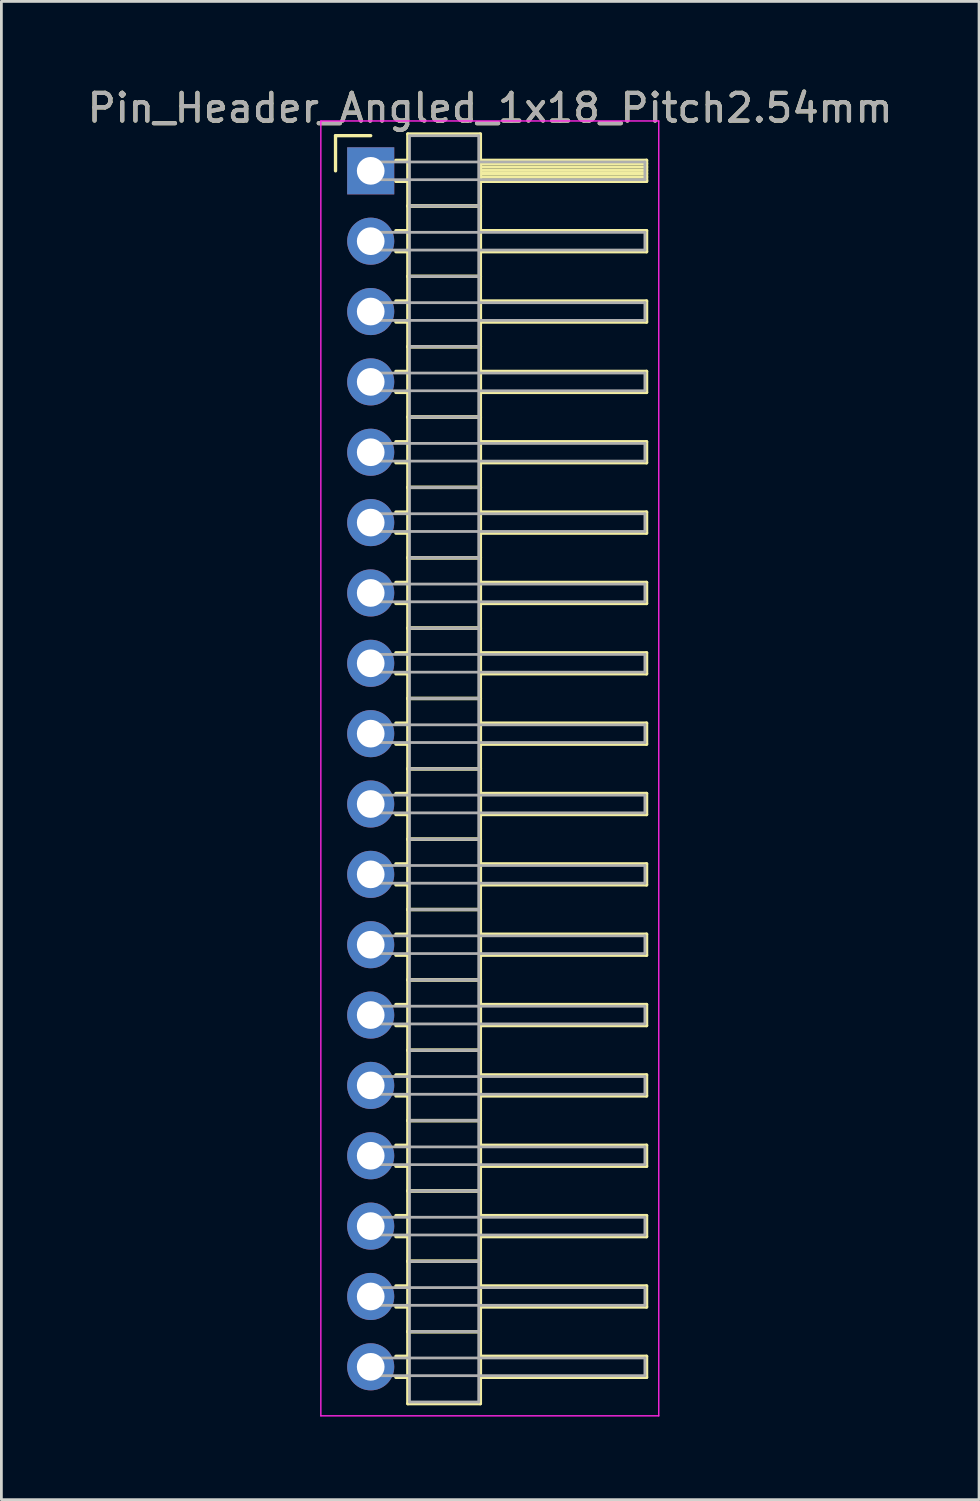
<source format=kicad_pcb>
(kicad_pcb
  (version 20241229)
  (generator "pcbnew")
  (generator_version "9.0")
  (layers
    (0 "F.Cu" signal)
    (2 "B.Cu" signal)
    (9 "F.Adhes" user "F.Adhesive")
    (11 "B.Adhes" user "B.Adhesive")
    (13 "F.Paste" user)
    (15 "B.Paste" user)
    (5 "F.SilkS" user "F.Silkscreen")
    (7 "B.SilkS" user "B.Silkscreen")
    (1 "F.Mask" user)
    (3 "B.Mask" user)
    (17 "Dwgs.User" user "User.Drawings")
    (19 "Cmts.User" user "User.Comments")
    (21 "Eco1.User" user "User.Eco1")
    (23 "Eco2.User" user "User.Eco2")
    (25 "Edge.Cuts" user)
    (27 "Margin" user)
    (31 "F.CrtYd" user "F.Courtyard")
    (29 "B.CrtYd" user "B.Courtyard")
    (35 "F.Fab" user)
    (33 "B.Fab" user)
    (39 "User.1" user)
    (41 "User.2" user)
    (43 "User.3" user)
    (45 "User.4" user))
  (footprint "Pin_Header_Angled_1x18_Pitch2.54mm"
    (layer "F.Cu")
    (at 10.334 3.118)
    (property "Reference" "Pin_Header_Angled_1x18_Pitch2.54mm" (at 4.315 -2.27 0) (layer "F.SilkS") (effects (font (size 1 1) (thickness 0.15))))
    (attr through_hole)
    (fp_line (start -1.27 -1.27) (end 0 -1.27) (stroke (width 0.12) (type solid)) (layer "F.SilkS"))
    (fp_line (start -1.27 0) (end -1.27 -1.27) (stroke (width 0.12) (type solid)) (layer "F.SilkS"))
    (fp_line (start 0.91 -0.38) (end 1.34 -0.38) (stroke (width 0.12) (type solid)) (layer "F.SilkS"))
    (fp_line (start 0.91 0.38) (end 1.34 0.38) (stroke (width 0.12) (type solid)) (layer "F.SilkS"))
    (fp_line (start 0.91 2.16) (end 1.34 2.16) (stroke (width 0.12) (type solid)) (layer "F.SilkS"))
    (fp_line (start 0.91 2.92) (end 1.34 2.92) (stroke (width 0.12) (type solid)) (layer "F.SilkS"))
    (fp_line (start 0.91 4.7) (end 1.34 4.7) (stroke (width 0.12) (type solid)) (layer "F.SilkS"))
    (fp_line (start 0.91 5.46) (end 1.34 5.46) (stroke (width 0.12) (type solid)) (layer "F.SilkS"))
    (fp_line (start 0.91 7.24) (end 1.34 7.24) (stroke (width 0.12) (type solid)) (layer "F.SilkS"))
    (fp_line (start 0.91 8) (end 1.34 8) (stroke (width 0.12) (type solid)) (layer "F.SilkS"))
    (fp_line (start 0.91 9.78) (end 1.34 9.78) (stroke (width 0.12) (type solid)) (layer "F.SilkS"))
    (fp_line (start 0.91 10.54) (end 1.34 10.54) (stroke (width 0.12) (type solid)) (layer "F.SilkS"))
    (fp_line (start 0.91 12.32) (end 1.34 12.32) (stroke (width 0.12) (type solid)) (layer "F.SilkS"))
    (fp_line (start 0.91 13.08) (end 1.34 13.08) (stroke (width 0.12) (type solid)) (layer "F.SilkS"))
    (fp_line (start 0.91 14.86) (end 1.34 14.86) (stroke (width 0.12) (type solid)) (layer "F.SilkS"))
    (fp_line (start 0.91 15.62) (end 1.34 15.62) (stroke (width 0.12) (type solid)) (layer "F.SilkS"))
    (fp_line (start 0.91 17.4) (end 1.34 17.4) (stroke (width 0.12) (type solid)) (layer "F.SilkS"))
    (fp_line (start 0.91 18.16) (end 1.34 18.16) (stroke (width 0.12) (type solid)) (layer "F.SilkS"))
    (fp_line (start 0.91 19.94) (end 1.34 19.94) (stroke (width 0.12) (type solid)) (layer "F.SilkS"))
    (fp_line (start 0.91 20.7) (end 1.34 20.7) (stroke (width 0.12) (type solid)) (layer "F.SilkS"))
    (fp_line (start 0.91 22.48) (end 1.34 22.48) (stroke (width 0.12) (type solid)) (layer "F.SilkS"))
    (fp_line (start 0.91 23.24) (end 1.34 23.24) (stroke (width 0.12) (type solid)) (layer "F.SilkS"))
    (fp_line (start 0.91 25.02) (end 1.34 25.02) (stroke (width 0.12) (type solid)) (layer "F.SilkS"))
    (fp_line (start 0.91 25.78) (end 1.34 25.78) (stroke (width 0.12) (type solid)) (layer "F.SilkS"))
    (fp_line (start 0.91 27.56) (end 1.34 27.56) (stroke (width 0.12) (type solid)) (layer "F.SilkS"))
    (fp_line (start 0.91 28.32) (end 1.34 28.32) (stroke (width 0.12) (type solid)) (layer "F.SilkS"))
    (fp_line (start 0.91 30.1) (end 1.34 30.1) (stroke (width 0.12) (type solid)) (layer "F.SilkS"))
    (fp_line (start 0.91 30.86) (end 1.34 30.86) (stroke (width 0.12) (type solid)) (layer "F.SilkS"))
    (fp_line (start 0.91 32.64) (end 1.34 32.64) (stroke (width 0.12) (type solid)) (layer "F.SilkS"))
    (fp_line (start 0.91 33.4) (end 1.34 33.4) (stroke (width 0.12) (type solid)) (layer "F.SilkS"))
    (fp_line (start 0.91 35.18) (end 1.34 35.18) (stroke (width 0.12) (type solid)) (layer "F.SilkS"))
    (fp_line (start 0.91 35.94) (end 1.34 35.94) (stroke (width 0.12) (type solid)) (layer "F.SilkS"))
    (fp_line (start 0.91 37.72) (end 1.34 37.72) (stroke (width 0.12) (type solid)) (layer "F.SilkS"))
    (fp_line (start 0.91 38.48) (end 1.34 38.48) (stroke (width 0.12) (type solid)) (layer "F.SilkS"))
    (fp_line (start 0.91 40.26) (end 1.34 40.26) (stroke (width 0.12) (type solid)) (layer "F.SilkS"))
    (fp_line (start 0.91 41.02) (end 1.34 41.02) (stroke (width 0.12) (type solid)) (layer "F.SilkS"))
    (fp_line (start 0.91 42.8) (end 1.34 42.8) (stroke (width 0.12) (type solid)) (layer "F.SilkS"))
    (fp_line (start 0.91 43.56) (end 1.34 43.56) (stroke (width 0.12) (type solid)) (layer "F.SilkS"))
    (fp_line (start 1.34 -1.33) (end 1.34 1.27) (stroke (width 0.12) (type solid)) (layer "F.SilkS"))
    (fp_line (start 1.34 1.27) (end 1.34 3.81) (stroke (width 0.12) (type solid)) (layer "F.SilkS"))
    (fp_line (start 1.34 1.27) (end 3.96 1.27) (stroke (width 0.12) (type solid)) (layer "F.SilkS"))
    (fp_line (start 1.34 3.81) (end 1.34 6.35) (stroke (width 0.12) (type solid)) (layer "F.SilkS"))
    (fp_line (start 1.34 3.81) (end 3.96 3.81) (stroke (width 0.12) (type solid)) (layer "F.SilkS"))
    (fp_line (start 1.34 6.35) (end 1.34 8.89) (stroke (width 0.12) (type solid)) (layer "F.SilkS"))
    (fp_line (start 1.34 6.35) (end 3.96 6.35) (stroke (width 0.12) (type solid)) (layer "F.SilkS"))
    (fp_line (start 1.34 8.89) (end 1.34 11.43) (stroke (width 0.12) (type solid)) (layer "F.SilkS"))
    (fp_line (start 1.34 8.89) (end 3.96 8.89) (stroke (width 0.12) (type solid)) (layer "F.SilkS"))
    (fp_line (start 1.34 11.43) (end 1.34 13.97) (stroke (width 0.12) (type solid)) (layer "F.SilkS"))
    (fp_line (start 1.34 11.43) (end 3.96 11.43) (stroke (width 0.12) (type solid)) (layer "F.SilkS"))
    (fp_line (start 1.34 13.97) (end 1.34 16.51) (stroke (width 0.12) (type solid)) (layer "F.SilkS"))
    (fp_line (start 1.34 13.97) (end 3.96 13.97) (stroke (width 0.12) (type solid)) (layer "F.SilkS"))
    (fp_line (start 1.34 16.51) (end 1.34 19.05) (stroke (width 0.12) (type solid)) (layer "F.SilkS"))
    (fp_line (start 1.34 16.51) (end 3.96 16.51) (stroke (width 0.12) (type solid)) (layer "F.SilkS"))
    (fp_line (start 1.34 19.05) (end 1.34 21.59) (stroke (width 0.12) (type solid)) (layer "F.SilkS"))
    (fp_line (start 1.34 19.05) (end 3.96 19.05) (stroke (width 0.12) (type solid)) (layer "F.SilkS"))
    (fp_line (start 1.34 21.59) (end 1.34 24.13) (stroke (width 0.12) (type solid)) (layer "F.SilkS"))
    (fp_line (start 1.34 21.59) (end 3.96 21.59) (stroke (width 0.12) (type solid)) (layer "F.SilkS"))
    (fp_line (start 1.34 24.13) (end 1.34 26.67) (stroke (width 0.12) (type solid)) (layer "F.SilkS"))
    (fp_line (start 1.34 24.13) (end 3.96 24.13) (stroke (width 0.12) (type solid)) (layer "F.SilkS"))
    (fp_line (start 1.34 26.67) (end 1.34 29.21) (stroke (width 0.12) (type solid)) (layer "F.SilkS"))
    (fp_line (start 1.34 26.67) (end 3.96 26.67) (stroke (width 0.12) (type solid)) (layer "F.SilkS"))
    (fp_line (start 1.34 29.21) (end 1.34 31.75) (stroke (width 0.12) (type solid)) (layer "F.SilkS"))
    (fp_line (start 1.34 29.21) (end 3.96 29.21) (stroke (width 0.12) (type solid)) (layer "F.SilkS"))
    (fp_line (start 1.34 31.75) (end 1.34 34.29) (stroke (width 0.12) (type solid)) (layer "F.SilkS"))
    (fp_line (start 1.34 31.75) (end 3.96 31.75) (stroke (width 0.12) (type solid)) (layer "F.SilkS"))
    (fp_line (start 1.34 34.29) (end 1.34 36.83) (stroke (width 0.12) (type solid)) (layer "F.SilkS"))
    (fp_line (start 1.34 34.29) (end 3.96 34.29) (stroke (width 0.12) (type solid)) (layer "F.SilkS"))
    (fp_line (start 1.34 36.83) (end 1.34 39.37) (stroke (width 0.12) (type solid)) (layer "F.SilkS"))
    (fp_line (start 1.34 36.83) (end 3.96 36.83) (stroke (width 0.12) (type solid)) (layer "F.SilkS"))
    (fp_line (start 1.34 39.37) (end 1.34 41.91) (stroke (width 0.12) (type solid)) (layer "F.SilkS"))
    (fp_line (start 1.34 39.37) (end 3.96 39.37) (stroke (width 0.12) (type solid)) (layer "F.SilkS"))
    (fp_line (start 1.34 41.91) (end 1.34 44.51) (stroke (width 0.12) (type solid)) (layer "F.SilkS"))
    (fp_line (start 1.34 41.91) (end 3.96 41.91) (stroke (width 0.12) (type solid)) (layer "F.SilkS"))
    (fp_line (start 1.34 44.51) (end 3.96 44.51) (stroke (width 0.12) (type solid)) (layer "F.SilkS"))
    (fp_line (start 3.96 -1.33) (end 1.34 -1.33) (stroke (width 0.12) (type solid)) (layer "F.SilkS"))
    (fp_line (start 3.96 -0.38) (end 3.96 0.38) (stroke (width 0.12) (type solid)) (layer "F.SilkS"))
    (fp_line (start 3.96 -0.26) (end 9.96 -0.26) (stroke (width 0.12) (type solid)) (layer "F.SilkS"))
    (fp_line (start 3.96 -0.14) (end 9.96 -0.14) (stroke (width 0.12) (type solid)) (layer "F.SilkS"))
    (fp_line (start 3.96 -0.02) (end 9.96 -0.02) (stroke (width 0.12) (type solid)) (layer "F.SilkS"))
    (fp_line (start 3.96 0.1) (end 9.96 0.1) (stroke (width 0.12) (type solid)) (layer "F.SilkS"))
    (fp_line (start 3.96 0.22) (end 9.96 0.22) (stroke (width 0.12) (type solid)) (layer "F.SilkS"))
    (fp_line (start 3.96 0.34) (end 9.96 0.34) (stroke (width 0.12) (type solid)) (layer "F.SilkS"))
    (fp_line (start 3.96 0.38) (end 9.96 0.38) (stroke (width 0.12) (type solid)) (layer "F.SilkS"))
    (fp_line (start 3.96 1.27) (end 1.34 1.27) (stroke (width 0.12) (type solid)) (layer "F.SilkS"))
    (fp_line (start 3.96 1.27) (end 3.96 -1.33) (stroke (width 0.12) (type solid)) (layer "F.SilkS"))
    (fp_line (start 3.96 2.16) (end 3.96 2.92) (stroke (width 0.12) (type solid)) (layer "F.SilkS"))
    (fp_line (start 3.96 2.92) (end 9.96 2.92) (stroke (width 0.12) (type solid)) (layer "F.SilkS"))
    (fp_line (start 3.96 3.81) (end 1.34 3.81) (stroke (width 0.12) (type solid)) (layer "F.SilkS"))
    (fp_line (start 3.96 3.81) (end 3.96 1.27) (stroke (width 0.12) (type solid)) (layer "F.SilkS"))
    (fp_line (start 3.96 4.7) (end 3.96 5.46) (stroke (width 0.12) (type solid)) (layer "F.SilkS"))
    (fp_line (start 3.96 5.46) (end 9.96 5.46) (stroke (width 0.12) (type solid)) (layer "F.SilkS"))
    (fp_line (start 3.96 6.35) (end 1.34 6.35) (stroke (width 0.12) (type solid)) (layer "F.SilkS"))
    (fp_line (start 3.96 6.35) (end 3.96 3.81) (stroke (width 0.12) (type solid)) (layer "F.SilkS"))
    (fp_line (start 3.96 7.24) (end 3.96 8) (stroke (width 0.12) (type solid)) (layer "F.SilkS"))
    (fp_line (start 3.96 8) (end 9.96 8) (stroke (width 0.12) (type solid)) (layer "F.SilkS"))
    (fp_line (start 3.96 8.89) (end 1.34 8.89) (stroke (width 0.12) (type solid)) (layer "F.SilkS"))
    (fp_line (start 3.96 8.89) (end 3.96 6.35) (stroke (width 0.12) (type solid)) (layer "F.SilkS"))
    (fp_line (start 3.96 9.78) (end 3.96 10.54) (stroke (width 0.12) (type solid)) (layer "F.SilkS"))
    (fp_line (start 3.96 10.54) (end 9.96 10.54) (stroke (width 0.12) (type solid)) (layer "F.SilkS"))
    (fp_line (start 3.96 11.43) (end 1.34 11.43) (stroke (width 0.12) (type solid)) (layer "F.SilkS"))
    (fp_line (start 3.96 11.43) (end 3.96 8.89) (stroke (width 0.12) (type solid)) (layer "F.SilkS"))
    (fp_line (start 3.96 12.32) (end 3.96 13.08) (stroke (width 0.12) (type solid)) (layer "F.SilkS"))
    (fp_line (start 3.96 13.08) (end 9.96 13.08) (stroke (width 0.12) (type solid)) (layer "F.SilkS"))
    (fp_line (start 3.96 13.97) (end 1.34 13.97) (stroke (width 0.12) (type solid)) (layer "F.SilkS"))
    (fp_line (start 3.96 13.97) (end 3.96 11.43) (stroke (width 0.12) (type solid)) (layer "F.SilkS"))
    (fp_line (start 3.96 14.86) (end 3.96 15.62) (stroke (width 0.12) (type solid)) (layer "F.SilkS"))
    (fp_line (start 3.96 15.62) (end 9.96 15.62) (stroke (width 0.12) (type solid)) (layer "F.SilkS"))
    (fp_line (start 3.96 16.51) (end 1.34 16.51) (stroke (width 0.12) (type solid)) (layer "F.SilkS"))
    (fp_line (start 3.96 16.51) (end 3.96 13.97) (stroke (width 0.12) (type solid)) (layer "F.SilkS"))
    (fp_line (start 3.96 17.4) (end 3.96 18.16) (stroke (width 0.12) (type solid)) (layer "F.SilkS"))
    (fp_line (start 3.96 18.16) (end 9.96 18.16) (stroke (width 0.12) (type solid)) (layer "F.SilkS"))
    (fp_line (start 3.96 19.05) (end 1.34 19.05) (stroke (width 0.12) (type solid)) (layer "F.SilkS"))
    (fp_line (start 3.96 19.05) (end 3.96 16.51) (stroke (width 0.12) (type solid)) (layer "F.SilkS"))
    (fp_line (start 3.96 19.94) (end 3.96 20.7) (stroke (width 0.12) (type solid)) (layer "F.SilkS"))
    (fp_line (start 3.96 20.7) (end 9.96 20.7) (stroke (width 0.12) (type solid)) (layer "F.SilkS"))
    (fp_line (start 3.96 21.59) (end 1.34 21.59) (stroke (width 0.12) (type solid)) (layer "F.SilkS"))
    (fp_line (start 3.96 21.59) (end 3.96 19.05) (stroke (width 0.12) (type solid)) (layer "F.SilkS"))
    (fp_line (start 3.96 22.48) (end 3.96 23.24) (stroke (width 0.12) (type solid)) (layer "F.SilkS"))
    (fp_line (start 3.96 23.24) (end 9.96 23.24) (stroke (width 0.12) (type solid)) (layer "F.SilkS"))
    (fp_line (start 3.96 24.13) (end 1.34 24.13) (stroke (width 0.12) (type solid)) (layer "F.SilkS"))
    (fp_line (start 3.96 24.13) (end 3.96 21.59) (stroke (width 0.12) (type solid)) (layer "F.SilkS"))
    (fp_line (start 3.96 25.02) (end 3.96 25.78) (stroke (width 0.12) (type solid)) (layer "F.SilkS"))
    (fp_line (start 3.96 25.78) (end 9.96 25.78) (stroke (width 0.12) (type solid)) (layer "F.SilkS"))
    (fp_line (start 3.96 26.67) (end 1.34 26.67) (stroke (width 0.12) (type solid)) (layer "F.SilkS"))
    (fp_line (start 3.96 26.67) (end 3.96 24.13) (stroke (width 0.12) (type solid)) (layer "F.SilkS"))
    (fp_line (start 3.96 27.56) (end 3.96 28.32) (stroke (width 0.12) (type solid)) (layer "F.SilkS"))
    (fp_line (start 3.96 28.32) (end 9.96 28.32) (stroke (width 0.12) (type solid)) (layer "F.SilkS"))
    (fp_line (start 3.96 29.21) (end 1.34 29.21) (stroke (width 0.12) (type solid)) (layer "F.SilkS"))
    (fp_line (start 3.96 29.21) (end 3.96 26.67) (stroke (width 0.12) (type solid)) (layer "F.SilkS"))
    (fp_line (start 3.96 30.1) (end 3.96 30.86) (stroke (width 0.12) (type solid)) (layer "F.SilkS"))
    (fp_line (start 3.96 30.86) (end 9.96 30.86) (stroke (width 0.12) (type solid)) (layer "F.SilkS"))
    (fp_line (start 3.96 31.75) (end 1.34 31.75) (stroke (width 0.12) (type solid)) (layer "F.SilkS"))
    (fp_line (start 3.96 31.75) (end 3.96 29.21) (stroke (width 0.12) (type solid)) (layer "F.SilkS"))
    (fp_line (start 3.96 32.64) (end 3.96 33.4) (stroke (width 0.12) (type solid)) (layer "F.SilkS"))
    (fp_line (start 3.96 33.4) (end 9.96 33.4) (stroke (width 0.12) (type solid)) (layer "F.SilkS"))
    (fp_line (start 3.96 34.29) (end 1.34 34.29) (stroke (width 0.12) (type solid)) (layer "F.SilkS"))
    (fp_line (start 3.96 34.29) (end 3.96 31.75) (stroke (width 0.12) (type solid)) (layer "F.SilkS"))
    (fp_line (start 3.96 35.18) (end 3.96 35.94) (stroke (width 0.12) (type solid)) (layer "F.SilkS"))
    (fp_line (start 3.96 35.94) (end 9.96 35.94) (stroke (width 0.12) (type solid)) (layer "F.SilkS"))
    (fp_line (start 3.96 36.83) (end 1.34 36.83) (stroke (width 0.12) (type solid)) (layer "F.SilkS"))
    (fp_line (start 3.96 36.83) (end 3.96 34.29) (stroke (width 0.12) (type solid)) (layer "F.SilkS"))
    (fp_line (start 3.96 37.72) (end 3.96 38.48) (stroke (width 0.12) (type solid)) (layer "F.SilkS"))
    (fp_line (start 3.96 38.48) (end 9.96 38.48) (stroke (width 0.12) (type solid)) (layer "F.SilkS"))
    (fp_line (start 3.96 39.37) (end 1.34 39.37) (stroke (width 0.12) (type solid)) (layer "F.SilkS"))
    (fp_line (start 3.96 39.37) (end 3.96 36.83) (stroke (width 0.12) (type solid)) (layer "F.SilkS"))
    (fp_line (start 3.96 40.26) (end 3.96 41.02) (stroke (width 0.12) (type solid)) (layer "F.SilkS"))
    (fp_line (start 3.96 41.02) (end 9.96 41.02) (stroke (width 0.12) (type solid)) (layer "F.SilkS"))
    (fp_line (start 3.96 41.91) (end 1.34 41.91) (stroke (width 0.12) (type solid)) (layer "F.SilkS"))
    (fp_line (start 3.96 41.91) (end 3.96 39.37) (stroke (width 0.12) (type solid)) (layer "F.SilkS"))
    (fp_line (start 3.96 42.8) (end 3.96 43.56) (stroke (width 0.12) (type solid)) (layer "F.SilkS"))
    (fp_line (start 3.96 43.56) (end 9.96 43.56) (stroke (width 0.12) (type solid)) (layer "F.SilkS"))
    (fp_line (start 3.96 44.51) (end 3.96 41.91) (stroke (width 0.12) (type solid)) (layer "F.SilkS"))
    (fp_line (start 9.96 -0.38) (end 3.96 -0.38) (stroke (width 0.12) (type solid)) (layer "F.SilkS"))
    (fp_line (start 9.96 0.38) (end 9.96 -0.38) (stroke (width 0.12) (type solid)) (layer "F.SilkS"))
    (fp_line (start 9.96 2.16) (end 3.96 2.16) (stroke (width 0.12) (type solid)) (layer "F.SilkS"))
    (fp_line (start 9.96 2.92) (end 9.96 2.16) (stroke (width 0.12) (type solid)) (layer "F.SilkS"))
    (fp_line (start 9.96 4.7) (end 3.96 4.7) (stroke (width 0.12) (type solid)) (layer "F.SilkS"))
    (fp_line (start 9.96 5.46) (end 9.96 4.7) (stroke (width 0.12) (type solid)) (layer "F.SilkS"))
    (fp_line (start 9.96 7.24) (end 3.96 7.24) (stroke (width 0.12) (type solid)) (layer "F.SilkS"))
    (fp_line (start 9.96 8) (end 9.96 7.24) (stroke (width 0.12) (type solid)) (layer "F.SilkS"))
    (fp_line (start 9.96 9.78) (end 3.96 9.78) (stroke (width 0.12) (type solid)) (layer "F.SilkS"))
    (fp_line (start 9.96 10.54) (end 9.96 9.78) (stroke (width 0.12) (type solid)) (layer "F.SilkS"))
    (fp_line (start 9.96 12.32) (end 3.96 12.32) (stroke (width 0.12) (type solid)) (layer "F.SilkS"))
    (fp_line (start 9.96 13.08) (end 9.96 12.32) (stroke (width 0.12) (type solid)) (layer "F.SilkS"))
    (fp_line (start 9.96 14.86) (end 3.96 14.86) (stroke (width 0.12) (type solid)) (layer "F.SilkS"))
    (fp_line (start 9.96 15.62) (end 9.96 14.86) (stroke (width 0.12) (type solid)) (layer "F.SilkS"))
    (fp_line (start 9.96 17.4) (end 3.96 17.4) (stroke (width 0.12) (type solid)) (layer "F.SilkS"))
    (fp_line (start 9.96 18.16) (end 9.96 17.4) (stroke (width 0.12) (type solid)) (layer "F.SilkS"))
    (fp_line (start 9.96 19.94) (end 3.96 19.94) (stroke (width 0.12) (type solid)) (layer "F.SilkS"))
    (fp_line (start 9.96 20.7) (end 9.96 19.94) (stroke (width 0.12) (type solid)) (layer "F.SilkS"))
    (fp_line (start 9.96 22.48) (end 3.96 22.48) (stroke (width 0.12) (type solid)) (layer "F.SilkS"))
    (fp_line (start 9.96 23.24) (end 9.96 22.48) (stroke (width 0.12) (type solid)) (layer "F.SilkS"))
    (fp_line (start 9.96 25.02) (end 3.96 25.02) (stroke (width 0.12) (type solid)) (layer "F.SilkS"))
    (fp_line (start 9.96 25.78) (end 9.96 25.02) (stroke (width 0.12) (type solid)) (layer "F.SilkS"))
    (fp_line (start 9.96 27.56) (end 3.96 27.56) (stroke (width 0.12) (type solid)) (layer "F.SilkS"))
    (fp_line (start 9.96 28.32) (end 9.96 27.56) (stroke (width 0.12) (type solid)) (layer "F.SilkS"))
    (fp_line (start 9.96 30.1) (end 3.96 30.1) (stroke (width 0.12) (type solid)) (layer "F.SilkS"))
    (fp_line (start 9.96 30.86) (end 9.96 30.1) (stroke (width 0.12) (type solid)) (layer "F.SilkS"))
    (fp_line (start 9.96 32.64) (end 3.96 32.64) (stroke (width 0.12) (type solid)) (layer "F.SilkS"))
    (fp_line (start 9.96 33.4) (end 9.96 32.64) (stroke (width 0.12) (type solid)) (layer "F.SilkS"))
    (fp_line (start 9.96 35.18) (end 3.96 35.18) (stroke (width 0.12) (type solid)) (layer "F.SilkS"))
    (fp_line (start 9.96 35.94) (end 9.96 35.18) (stroke (width 0.12) (type solid)) (layer "F.SilkS"))
    (fp_line (start 9.96 37.72) (end 3.96 37.72) (stroke (width 0.12) (type solid)) (layer "F.SilkS"))
    (fp_line (start 9.96 38.48) (end 9.96 37.72) (stroke (width 0.12) (type solid)) (layer "F.SilkS"))
    (fp_line (start 9.96 40.26) (end 3.96 40.26) (stroke (width 0.12) (type solid)) (layer "F.SilkS"))
    (fp_line (start 9.96 41.02) (end 9.96 40.26) (stroke (width 0.12) (type solid)) (layer "F.SilkS"))
    (fp_line (start 9.96 42.8) (end 3.96 42.8) (stroke (width 0.12) (type solid)) (layer "F.SilkS"))
    (fp_line (start 9.96 43.56) (end 9.96 42.8) (stroke (width 0.12) (type solid)) (layer "F.SilkS"))
    (fp_line (start -1.8 -1.8) (end -1.8 44.95) (stroke (width 0.05) (type solid)) (layer "F.CrtYd"))
    (fp_line (start -1.8 44.95) (end 10.4 44.95) (stroke (width 0.05) (type solid)) (layer "F.CrtYd"))
    (fp_line (start 10.4 -1.8) (end -1.8 -1.8) (stroke (width 0.05) (type solid)) (layer "F.CrtYd"))
    (fp_line (start 10.4 44.95) (end 10.4 -1.8) (stroke (width 0.05) (type solid)) (layer "F.CrtYd"))
    (fp_line (start 0 -0.32) (end 0 0.32) (stroke (width 0.1) (type solid)) (layer "F.Fab"))
    (fp_line (start 0 0.32) (end 9.9 0.32) (stroke (width 0.1) (type solid)) (layer "F.Fab"))
    (fp_line (start 0 2.22) (end 0 2.86) (stroke (width 0.1) (type solid)) (layer "F.Fab"))
    (fp_line (start 0 2.86) (end 9.9 2.86) (stroke (width 0.1) (type solid)) (layer "F.Fab"))
    (fp_line (start 0 4.76) (end 0 5.4) (stroke (width 0.1) (type solid)) (layer "F.Fab"))
    (fp_line (start 0 5.4) (end 9.9 5.4) (stroke (width 0.1) (type solid)) (layer "F.Fab"))
    (fp_line (start 0 7.3) (end 0 7.94) (stroke (width 0.1) (type solid)) (layer "F.Fab"))
    (fp_line (start 0 7.94) (end 9.9 7.94) (stroke (width 0.1) (type solid)) (layer "F.Fab"))
    (fp_line (start 0 9.84) (end 0 10.48) (stroke (width 0.1) (type solid)) (layer "F.Fab"))
    (fp_line (start 0 10.48) (end 9.9 10.48) (stroke (width 0.1) (type solid)) (layer "F.Fab"))
    (fp_line (start 0 12.38) (end 0 13.02) (stroke (width 0.1) (type solid)) (layer "F.Fab"))
    (fp_line (start 0 13.02) (end 9.9 13.02) (stroke (width 0.1) (type solid)) (layer "F.Fab"))
    (fp_line (start 0 14.92) (end 0 15.56) (stroke (width 0.1) (type solid)) (layer "F.Fab"))
    (fp_line (start 0 15.56) (end 9.9 15.56) (stroke (width 0.1) (type solid)) (layer "F.Fab"))
    (fp_line (start 0 17.46) (end 0 18.1) (stroke (width 0.1) (type solid)) (layer "F.Fab"))
    (fp_line (start 0 18.1) (end 9.9 18.1) (stroke (width 0.1) (type solid)) (layer "F.Fab"))
    (fp_line (start 0 20) (end 0 20.64) (stroke (width 0.1) (type solid)) (layer "F.Fab"))
    (fp_line (start 0 20.64) (end 9.9 20.64) (stroke (width 0.1) (type solid)) (layer "F.Fab"))
    (fp_line (start 0 22.54) (end 0 23.18) (stroke (width 0.1) (type solid)) (layer "F.Fab"))
    (fp_line (start 0 23.18) (end 9.9 23.18) (stroke (width 0.1) (type solid)) (layer "F.Fab"))
    (fp_line (start 0 25.08) (end 0 25.72) (stroke (width 0.1) (type solid)) (layer "F.Fab"))
    (fp_line (start 0 25.72) (end 9.9 25.72) (stroke (width 0.1) (type solid)) (layer "F.Fab"))
    (fp_line (start 0 27.62) (end 0 28.26) (stroke (width 0.1) (type solid)) (layer "F.Fab"))
    (fp_line (start 0 28.26) (end 9.9 28.26) (stroke (width 0.1) (type solid)) (layer "F.Fab"))
    (fp_line (start 0 30.16) (end 0 30.8) (stroke (width 0.1) (type solid)) (layer "F.Fab"))
    (fp_line (start 0 30.8) (end 9.9 30.8) (stroke (width 0.1) (type solid)) (layer "F.Fab"))
    (fp_line (start 0 32.7) (end 0 33.34) (stroke (width 0.1) (type solid)) (layer "F.Fab"))
    (fp_line (start 0 33.34) (end 9.9 33.34) (stroke (width 0.1) (type solid)) (layer "F.Fab"))
    (fp_line (start 0 35.24) (end 0 35.88) (stroke (width 0.1) (type solid)) (layer "F.Fab"))
    (fp_line (start 0 35.88) (end 9.9 35.88) (stroke (width 0.1) (type solid)) (layer "F.Fab"))
    (fp_line (start 0 37.78) (end 0 38.42) (stroke (width 0.1) (type solid)) (layer "F.Fab"))
    (fp_line (start 0 38.42) (end 9.9 38.42) (stroke (width 0.1) (type solid)) (layer "F.Fab"))
    (fp_line (start 0 40.32) (end 0 40.96) (stroke (width 0.1) (type solid)) (layer "F.Fab"))
    (fp_line (start 0 40.96) (end 9.9 40.96) (stroke (width 0.1) (type solid)) (layer "F.Fab"))
    (fp_line (start 0 42.86) (end 0 43.5) (stroke (width 0.1) (type solid)) (layer "F.Fab"))
    (fp_line (start 0 43.5) (end 9.9 43.5) (stroke (width 0.1) (type solid)) (layer "F.Fab"))
    (fp_line (start 1.4 -1.27) (end 1.4 1.27) (stroke (width 0.1) (type solid)) (layer "F.Fab"))
    (fp_line (start 1.4 1.27) (end 1.4 3.81) (stroke (width 0.1) (type solid)) (layer "F.Fab"))
    (fp_line (start 1.4 1.27) (end 3.9 1.27) (stroke (width 0.1) (type solid)) (layer "F.Fab"))
    (fp_line (start 1.4 3.81) (end 1.4 6.35) (stroke (width 0.1) (type solid)) (layer "F.Fab"))
    (fp_line (start 1.4 3.81) (end 3.9 3.81) (stroke (width 0.1) (type solid)) (layer "F.Fab"))
    (fp_line (start 1.4 6.35) (end 1.4 8.89) (stroke (width 0.1) (type solid)) (layer "F.Fab"))
    (fp_line (start 1.4 6.35) (end 3.9 6.35) (stroke (width 0.1) (type solid)) (layer "F.Fab"))
    (fp_line (start 1.4 8.89) (end 1.4 11.43) (stroke (width 0.1) (type solid)) (layer "F.Fab"))
    (fp_line (start 1.4 8.89) (end 3.9 8.89) (stroke (width 0.1) (type solid)) (layer "F.Fab"))
    (fp_line (start 1.4 11.43) (end 1.4 13.97) (stroke (width 0.1) (type solid)) (layer "F.Fab"))
    (fp_line (start 1.4 11.43) (end 3.9 11.43) (stroke (width 0.1) (type solid)) (layer "F.Fab"))
    (fp_line (start 1.4 13.97) (end 1.4 16.51) (stroke (width 0.1) (type solid)) (layer "F.Fab"))
    (fp_line (start 1.4 13.97) (end 3.9 13.97) (stroke (width 0.1) (type solid)) (layer "F.Fab"))
    (fp_line (start 1.4 16.51) (end 1.4 19.05) (stroke (width 0.1) (type solid)) (layer "F.Fab"))
    (fp_line (start 1.4 16.51) (end 3.9 16.51) (stroke (width 0.1) (type solid)) (layer "F.Fab"))
    (fp_line (start 1.4 19.05) (end 1.4 21.59) (stroke (width 0.1) (type solid)) (layer "F.Fab"))
    (fp_line (start 1.4 19.05) (end 3.9 19.05) (stroke (width 0.1) (type solid)) (layer "F.Fab"))
    (fp_line (start 1.4 21.59) (end 1.4 24.13) (stroke (width 0.1) (type solid)) (layer "F.Fab"))
    (fp_line (start 1.4 21.59) (end 3.9 21.59) (stroke (width 0.1) (type solid)) (layer "F.Fab"))
    (fp_line (start 1.4 24.13) (end 1.4 26.67) (stroke (width 0.1) (type solid)) (layer "F.Fab"))
    (fp_line (start 1.4 24.13) (end 3.9 24.13) (stroke (width 0.1) (type solid)) (layer "F.Fab"))
    (fp_line (start 1.4 26.67) (end 1.4 29.21) (stroke (width 0.1) (type solid)) (layer "F.Fab"))
    (fp_line (start 1.4 26.67) (end 3.9 26.67) (stroke (width 0.1) (type solid)) (layer "F.Fab"))
    (fp_line (start 1.4 29.21) (end 1.4 31.75) (stroke (width 0.1) (type solid)) (layer "F.Fab"))
    (fp_line (start 1.4 29.21) (end 3.9 29.21) (stroke (width 0.1) (type solid)) (layer "F.Fab"))
    (fp_line (start 1.4 31.75) (end 1.4 34.29) (stroke (width 0.1) (type solid)) (layer "F.Fab"))
    (fp_line (start 1.4 31.75) (end 3.9 31.75) (stroke (width 0.1) (type solid)) (layer "F.Fab"))
    (fp_line (start 1.4 34.29) (end 1.4 36.83) (stroke (width 0.1) (type solid)) (layer "F.Fab"))
    (fp_line (start 1.4 34.29) (end 3.9 34.29) (stroke (width 0.1) (type solid)) (layer "F.Fab"))
    (fp_line (start 1.4 36.83) (end 1.4 39.37) (stroke (width 0.1) (type solid)) (layer "F.Fab"))
    (fp_line (start 1.4 36.83) (end 3.9 36.83) (stroke (width 0.1) (type solid)) (layer "F.Fab"))
    (fp_line (start 1.4 39.37) (end 1.4 41.91) (stroke (width 0.1) (type solid)) (layer "F.Fab"))
    (fp_line (start 1.4 39.37) (end 3.9 39.37) (stroke (width 0.1) (type solid)) (layer "F.Fab"))
    (fp_line (start 1.4 41.91) (end 1.4 44.45) (stroke (width 0.1) (type solid)) (layer "F.Fab"))
    (fp_line (start 1.4 41.91) (end 3.9 41.91) (stroke (width 0.1) (type solid)) (layer "F.Fab"))
    (fp_line (start 1.4 44.45) (end 3.9 44.45) (stroke (width 0.1) (type solid)) (layer "F.Fab"))
    (fp_line (start 3.9 -1.27) (end 1.4 -1.27) (stroke (width 0.1) (type solid)) (layer "F.Fab"))
    (fp_line (start 3.9 1.27) (end 1.4 1.27) (stroke (width 0.1) (type solid)) (layer "F.Fab"))
    (fp_line (start 3.9 1.27) (end 3.9 -1.27) (stroke (width 0.1) (type solid)) (layer "F.Fab"))
    (fp_line (start 3.9 3.81) (end 1.4 3.81) (stroke (width 0.1) (type solid)) (layer "F.Fab"))
    (fp_line (start 3.9 3.81) (end 3.9 1.27) (stroke (width 0.1) (type solid)) (layer "F.Fab"))
    (fp_line (start 3.9 6.35) (end 1.4 6.35) (stroke (width 0.1) (type solid)) (layer "F.Fab"))
    (fp_line (start 3.9 6.35) (end 3.9 3.81) (stroke (width 0.1) (type solid)) (layer "F.Fab"))
    (fp_line (start 3.9 8.89) (end 1.4 8.89) (stroke (width 0.1) (type solid)) (layer "F.Fab"))
    (fp_line (start 3.9 8.89) (end 3.9 6.35) (stroke (width 0.1) (type solid)) (layer "F.Fab"))
    (fp_line (start 3.9 11.43) (end 1.4 11.43) (stroke (width 0.1) (type solid)) (layer "F.Fab"))
    (fp_line (start 3.9 11.43) (end 3.9 8.89) (stroke (width 0.1) (type solid)) (layer "F.Fab"))
    (fp_line (start 3.9 13.97) (end 1.4 13.97) (stroke (width 0.1) (type solid)) (layer "F.Fab"))
    (fp_line (start 3.9 13.97) (end 3.9 11.43) (stroke (width 0.1) (type solid)) (layer "F.Fab"))
    (fp_line (start 3.9 16.51) (end 1.4 16.51) (stroke (width 0.1) (type solid)) (layer "F.Fab"))
    (fp_line (start 3.9 16.51) (end 3.9 13.97) (stroke (width 0.1) (type solid)) (layer "F.Fab"))
    (fp_line (start 3.9 19.05) (end 1.4 19.05) (stroke (width 0.1) (type solid)) (layer "F.Fab"))
    (fp_line (start 3.9 19.05) (end 3.9 16.51) (stroke (width 0.1) (type solid)) (layer "F.Fab"))
    (fp_line (start 3.9 21.59) (end 1.4 21.59) (stroke (width 0.1) (type solid)) (layer "F.Fab"))
    (fp_line (start 3.9 21.59) (end 3.9 19.05) (stroke (width 0.1) (type solid)) (layer "F.Fab"))
    (fp_line (start 3.9 24.13) (end 1.4 24.13) (stroke (width 0.1) (type solid)) (layer "F.Fab"))
    (fp_line (start 3.9 24.13) (end 3.9 21.59) (stroke (width 0.1) (type solid)) (layer "F.Fab"))
    (fp_line (start 3.9 26.67) (end 1.4 26.67) (stroke (width 0.1) (type solid)) (layer "F.Fab"))
    (fp_line (start 3.9 26.67) (end 3.9 24.13) (stroke (width 0.1) (type solid)) (layer "F.Fab"))
    (fp_line (start 3.9 29.21) (end 1.4 29.21) (stroke (width 0.1) (type solid)) (layer "F.Fab"))
    (fp_line (start 3.9 29.21) (end 3.9 26.67) (stroke (width 0.1) (type solid)) (layer "F.Fab"))
    (fp_line (start 3.9 31.75) (end 1.4 31.75) (stroke (width 0.1) (type solid)) (layer "F.Fab"))
    (fp_line (start 3.9 31.75) (end 3.9 29.21) (stroke (width 0.1) (type solid)) (layer "F.Fab"))
    (fp_line (start 3.9 34.29) (end 1.4 34.29) (stroke (width 0.1) (type solid)) (layer "F.Fab"))
    (fp_line (start 3.9 34.29) (end 3.9 31.75) (stroke (width 0.1) (type solid)) (layer "F.Fab"))
    (fp_line (start 3.9 36.83) (end 1.4 36.83) (stroke (width 0.1) (type solid)) (layer "F.Fab"))
    (fp_line (start 3.9 36.83) (end 3.9 34.29) (stroke (width 0.1) (type solid)) (layer "F.Fab"))
    (fp_line (start 3.9 39.37) (end 1.4 39.37) (stroke (width 0.1) (type solid)) (layer "F.Fab"))
    (fp_line (start 3.9 39.37) (end 3.9 36.83) (stroke (width 0.1) (type solid)) (layer "F.Fab"))
    (fp_line (start 3.9 41.91) (end 1.4 41.91) (stroke (width 0.1) (type solid)) (layer "F.Fab"))
    (fp_line (start 3.9 41.91) (end 3.9 39.37) (stroke (width 0.1) (type solid)) (layer "F.Fab"))
    (fp_line (start 3.9 44.45) (end 3.9 41.91) (stroke (width 0.1) (type solid)) (layer "F.Fab"))
    (fp_line (start 9.9 -0.32) (end 0 -0.32) (stroke (width 0.1) (type solid)) (layer "F.Fab"))
    (fp_line (start 9.9 0.32) (end 9.9 -0.32) (stroke (width 0.1) (type solid)) (layer "F.Fab"))
    (fp_line (start 9.9 2.22) (end 0 2.22) (stroke (width 0.1) (type solid)) (layer "F.Fab"))
    (fp_line (start 9.9 2.86) (end 9.9 2.22) (stroke (width 0.1) (type solid)) (layer "F.Fab"))
    (fp_line (start 9.9 4.76) (end 0 4.76) (stroke (width 0.1) (type solid)) (layer "F.Fab"))
    (fp_line (start 9.9 5.4) (end 9.9 4.76) (stroke (width 0.1) (type solid)) (layer "F.Fab"))
    (fp_line (start 9.9 7.3) (end 0 7.3) (stroke (width 0.1) (type solid)) (layer "F.Fab"))
    (fp_line (start 9.9 7.94) (end 9.9 7.3) (stroke (width 0.1) (type solid)) (layer "F.Fab"))
    (fp_line (start 9.9 9.84) (end 0 9.84) (stroke (width 0.1) (type solid)) (layer "F.Fab"))
    (fp_line (start 9.9 10.48) (end 9.9 9.84) (stroke (width 0.1) (type solid)) (layer "F.Fab"))
    (fp_line (start 9.9 12.38) (end 0 12.38) (stroke (width 0.1) (type solid)) (layer "F.Fab"))
    (fp_line (start 9.9 13.02) (end 9.9 12.38) (stroke (width 0.1) (type solid)) (layer "F.Fab"))
    (fp_line (start 9.9 14.92) (end 0 14.92) (stroke (width 0.1) (type solid)) (layer "F.Fab"))
    (fp_line (start 9.9 15.56) (end 9.9 14.92) (stroke (width 0.1) (type solid)) (layer "F.Fab"))
    (fp_line (start 9.9 17.46) (end 0 17.46) (stroke (width 0.1) (type solid)) (layer "F.Fab"))
    (fp_line (start 9.9 18.1) (end 9.9 17.46) (stroke (width 0.1) (type solid)) (layer "F.Fab"))
    (fp_line (start 9.9 20) (end 0 20) (stroke (width 0.1) (type solid)) (layer "F.Fab"))
    (fp_line (start 9.9 20.64) (end 9.9 20) (stroke (width 0.1) (type solid)) (layer "F.Fab"))
    (fp_line (start 9.9 22.54) (end 0 22.54) (stroke (width 0.1) (type solid)) (layer "F.Fab"))
    (fp_line (start 9.9 23.18) (end 9.9 22.54) (stroke (width 0.1) (type solid)) (layer "F.Fab"))
    (fp_line (start 9.9 25.08) (end 0 25.08) (stroke (width 0.1) (type solid)) (layer "F.Fab"))
    (fp_line (start 9.9 25.72) (end 9.9 25.08) (stroke (width 0.1) (type solid)) (layer "F.Fab"))
    (fp_line (start 9.9 27.62) (end 0 27.62) (stroke (width 0.1) (type solid)) (layer "F.Fab"))
    (fp_line (start 9.9 28.26) (end 9.9 27.62) (stroke (width 0.1) (type solid)) (layer "F.Fab"))
    (fp_line (start 9.9 30.16) (end 0 30.16) (stroke (width 0.1) (type solid)) (layer "F.Fab"))
    (fp_line (start 9.9 30.8) (end 9.9 30.16) (stroke (width 0.1) (type solid)) (layer "F.Fab"))
    (fp_line (start 9.9 32.7) (end 0 32.7) (stroke (width 0.1) (type solid)) (layer "F.Fab"))
    (fp_line (start 9.9 33.34) (end 9.9 32.7) (stroke (width 0.1) (type solid)) (layer "F.Fab"))
    (fp_line (start 9.9 35.24) (end 0 35.24) (stroke (width 0.1) (type solid)) (layer "F.Fab"))
    (fp_line (start 9.9 35.88) (end 9.9 35.24) (stroke (width 0.1) (type solid)) (layer "F.Fab"))
    (fp_line (start 9.9 37.78) (end 0 37.78) (stroke (width 0.1) (type solid)) (layer "F.Fab"))
    (fp_line (start 9.9 38.42) (end 9.9 37.78) (stroke (width 0.1) (type solid)) (layer "F.Fab"))
    (fp_line (start 9.9 40.32) (end 0 40.32) (stroke (width 0.1) (type solid)) (layer "F.Fab"))
    (fp_line (start 9.9 40.96) (end 9.9 40.32) (stroke (width 0.1) (type solid)) (layer "F.Fab"))
    (fp_line (start 9.9 42.86) (end 0 42.86) (stroke (width 0.1) (type solid)) (layer "F.Fab"))
    (fp_line (start 9.9 43.5) (end 9.9 42.86) (stroke (width 0.1) (type solid)) (layer "F.Fab"))
    (fp_text user "${REFERENCE}" (at 4.315 -2.27 0) (layer "F.Fab") (effects (font (size 1 1) (thickness 0.15))))
    (pad "1" thru_hole rect (at 0 0) (size 1.7 1.7) (drill 1) (layers "*.Cu" "*.Mask"))
    (pad "2" thru_hole oval (at 0 2.54) (size 1.7 1.7) (drill 1) (layers "*.Cu" "*.Mask"))
    (pad "3" thru_hole oval (at 0 5.08) (size 1.7 1.7) (drill 1) (layers "*.Cu" "*.Mask"))
    (pad "4" thru_hole oval (at 0 7.62) (size 1.7 1.7) (drill 1) (layers "*.Cu" "*.Mask"))
    (pad "5" thru_hole oval (at 0 10.16) (size 1.7 1.7) (drill 1) (layers "*.Cu" "*.Mask"))
    (pad "6" thru_hole oval (at 0 12.7) (size 1.7 1.7) (drill 1) (layers "*.Cu" "*.Mask"))
    (pad "7" thru_hole oval (at 0 15.24) (size 1.7 1.7) (drill 1) (layers "*.Cu" "*.Mask"))
    (pad "8" thru_hole oval (at 0 17.78) (size 1.7 1.7) (drill 1) (layers "*.Cu" "*.Mask"))
    (pad "9" thru_hole oval (at 0 20.32) (size 1.7 1.7) (drill 1) (layers "*.Cu" "*.Mask"))
    (pad "10" thru_hole oval (at 0 22.86) (size 1.7 1.7) (drill 1) (layers "*.Cu" "*.Mask"))
    (pad "11" thru_hole oval (at 0 25.4) (size 1.7 1.7) (drill 1) (layers "*.Cu" "*.Mask"))
    (pad "12" thru_hole oval (at 0 27.94) (size 1.7 1.7) (drill 1) (layers "*.Cu" "*.Mask"))
    (pad "13" thru_hole oval (at 0 30.48) (size 1.7 1.7) (drill 1) (layers "*.Cu" "*.Mask"))
    (pad "14" thru_hole oval (at 0 33.02) (size 1.7 1.7) (drill 1) (layers "*.Cu" "*.Mask"))
    (pad "15" thru_hole oval (at 0 35.56) (size 1.7 1.7) (drill 1) (layers "*.Cu" "*.Mask"))
    (pad "16" thru_hole oval (at 0 38.1) (size 1.7 1.7) (drill 1) (layers "*.Cu" "*.Mask"))
    (pad "17" thru_hole oval (at 0 40.64) (size 1.7 1.7) (drill 1) (layers "*.Cu" "*.Mask"))
    (pad "18" thru_hole oval (at 0 43.18) (size 1.7 1.7) (drill 1) (layers "*.Cu" "*.Mask")))
  (gr_rect
    (start -3 -3)
    (end 32.298 51.093)
    (stroke (width 0.1) (type default))
    (fill no)
    (layer "Edge.Cuts")))
</source>
